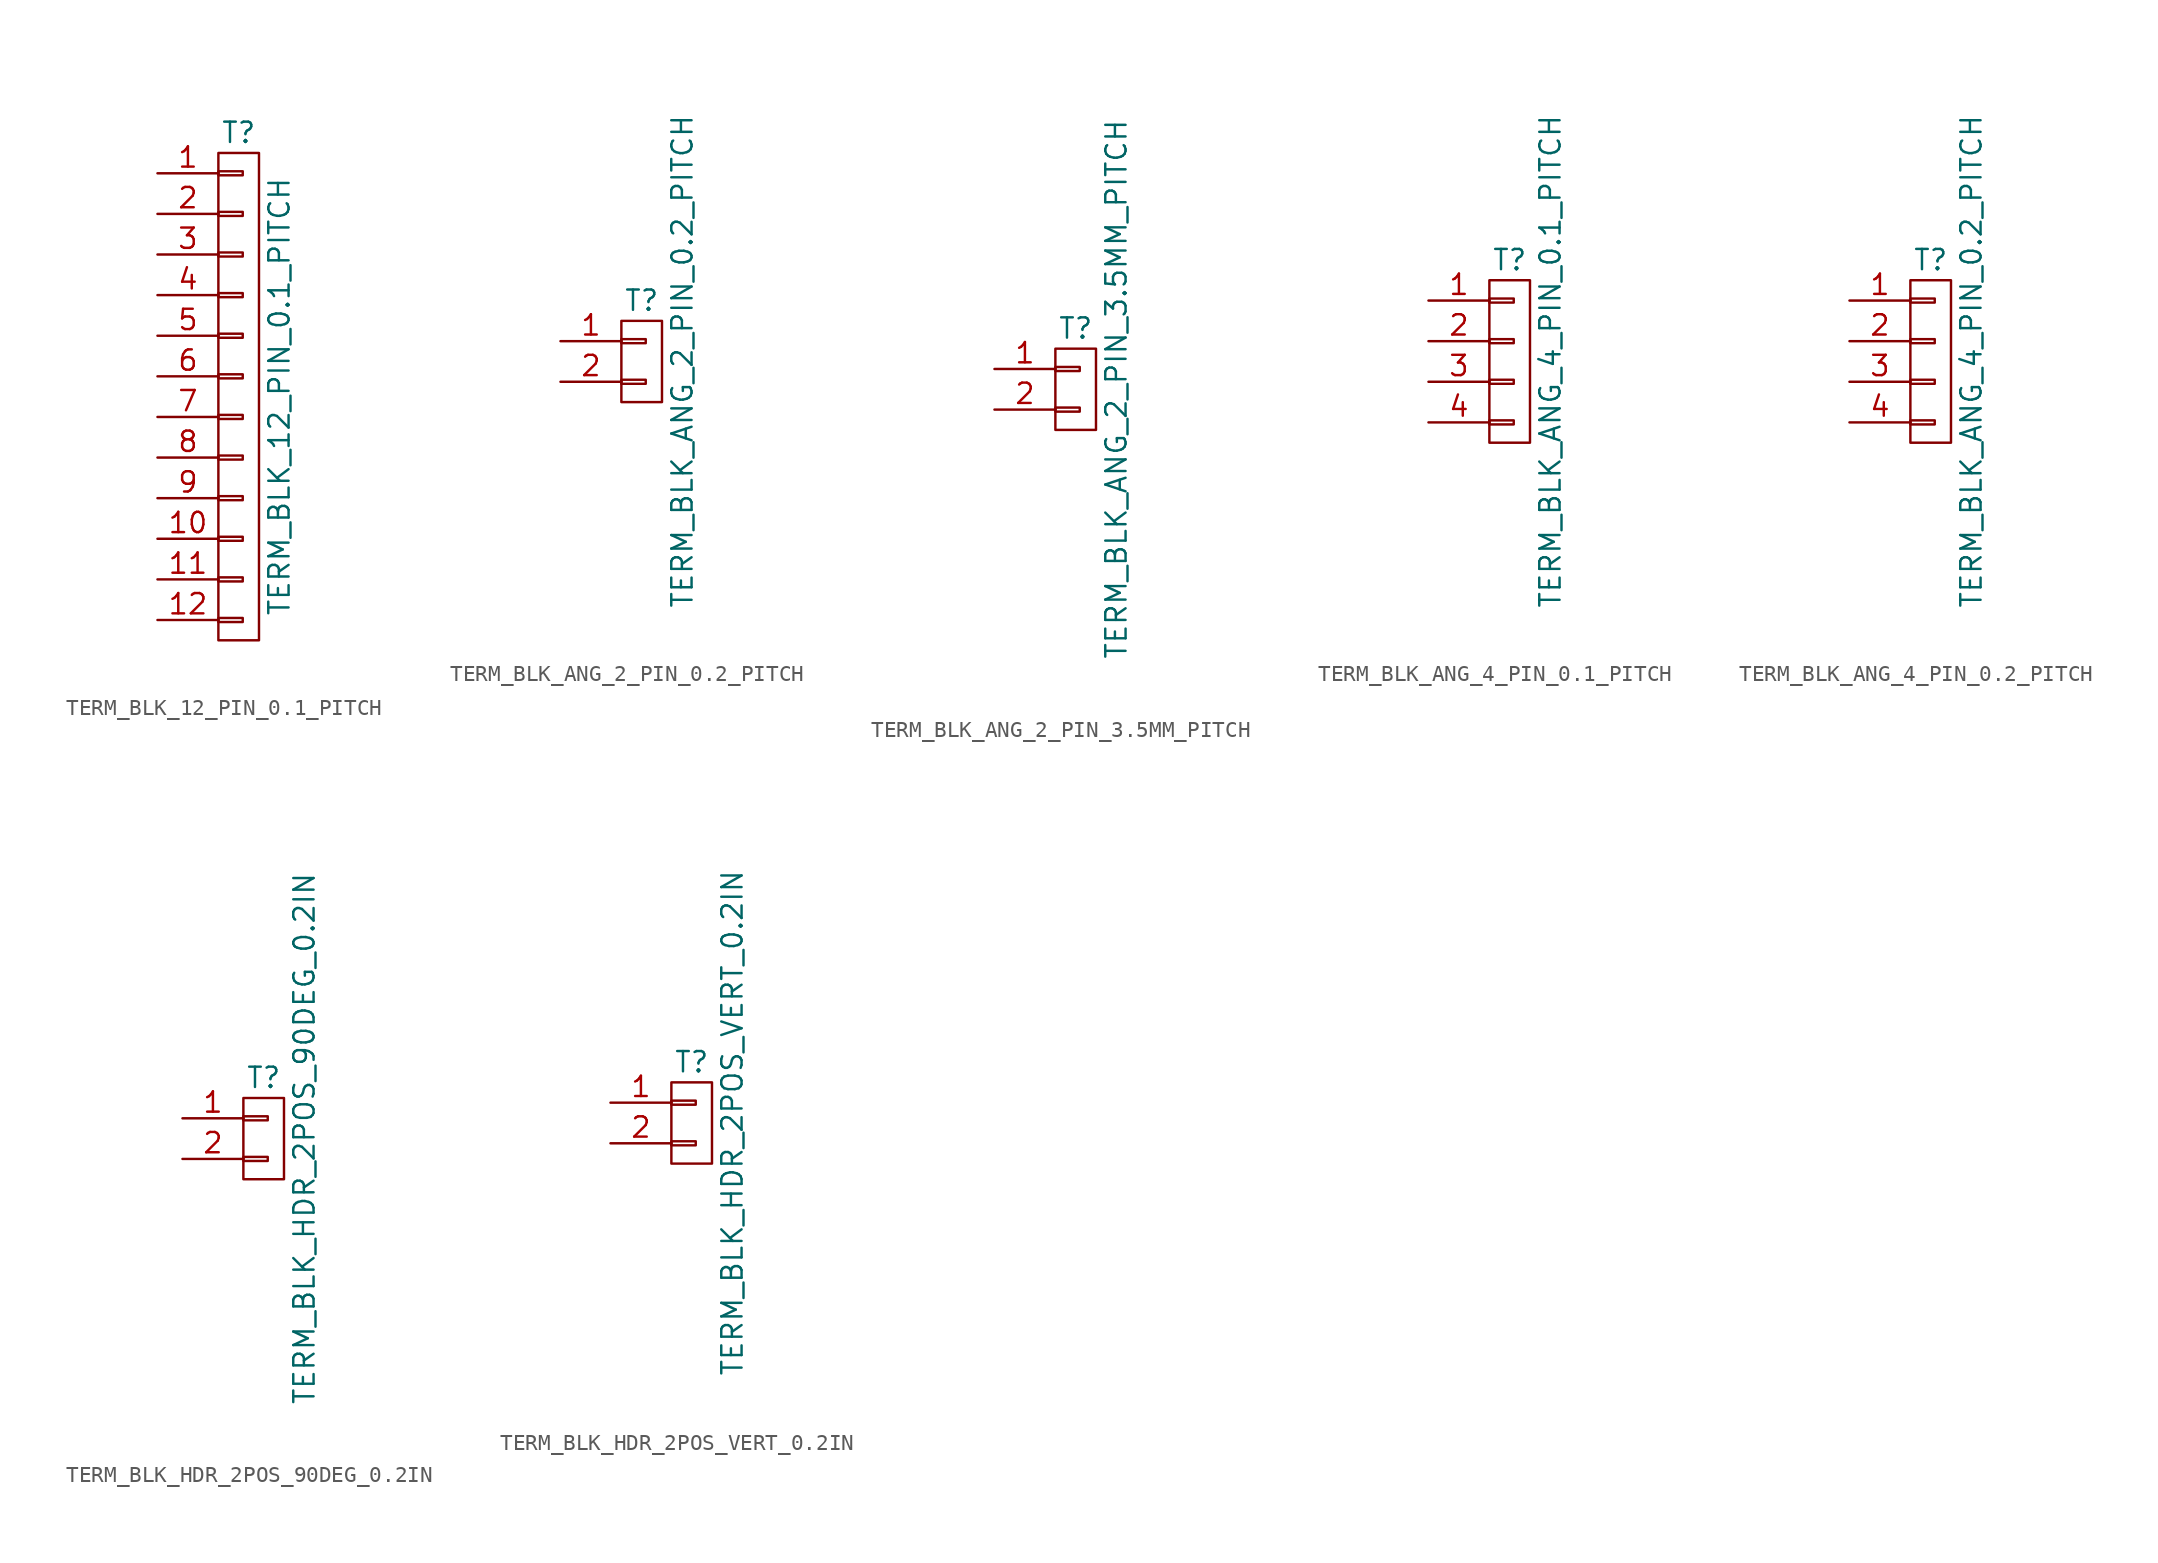
<source format=kicad_sym>
(kicad_symbol_lib
  (version 20211014)
  (generator kicad_symbol_editor)
  (symbol "TERM_BLK_12_PIN_0.1_PITCH"
    (pin_names
      (offset 1.016) hide)
    (property "Reference" "T"
      (at 0 16.51 0)
      (effects (font (size 1.27 1.27))))
    (property "Value" "TERM_BLK_12_PIN_0.1_PITCH"
      (at 2.54 0 90)
      (effects (font (size 1.27 1.27))))
    (property "Datasheet" ""
      (at 0 0 0)
      (effects (font (size 1.27 1.27))))
    (symbol "TERM_BLK_12_PIN_0.1_PITCH_0_1"
      (rectangle (start -1.27 -13.843) (end 0.254 -14.097) (stroke (width 0) (type default) (color 0 0 0 0)) (fill (type none)))
      (rectangle (start -1.27 -11.303) (end 0.254 -11.557) (stroke (width 0) (type default) (color 0 0 0 0)) (fill (type none)))
      (rectangle (start -1.27 -8.763) (end 0.254 -9.017) (stroke (width 0) (type default) (color 0 0 0 0)) (fill (type none)))
      (rectangle (start -1.27 -6.223) (end 0.254 -6.477) (stroke (width 0) (type default) (color 0 0 0 0)) (fill (type none)))
      (rectangle (start -1.27 -3.683) (end 0.254 -3.937) (stroke (width 0) (type default) (color 0 0 0 0)) (fill (type none)))
      (rectangle (start -1.27 -1.143) (end 0.254 -1.397) (stroke (width 0) (type default) (color 0 0 0 0)) (fill (type none)))
      (rectangle (start -1.27 1.397) (end 0.254 1.143) (stroke (width 0) (type default) (color 0 0 0 0)) (fill (type none)))
      (rectangle (start -1.27 3.937) (end 0.254 3.683) (stroke (width 0) (type default) (color 0 0 0 0)) (fill (type none)))
      (rectangle (start -1.27 6.477) (end 0.254 6.223) (stroke (width 0) (type default) (color 0 0 0 0)) (fill (type none)))
      (rectangle (start -1.27 9.017) (end 0.254 8.763) (stroke (width 0) (type default) (color 0 0 0 0)) (fill (type none)))
      (rectangle (start -1.27 11.557) (end 0.254 11.303) (stroke (width 0) (type default) (color 0 0 0 0)) (fill (type none)))
      (rectangle (start -1.27 14.097) (end 0.254 13.843) (stroke (width 0) (type default) (color 0 0 0 0)) (fill (type none)))
      (rectangle (start -1.27 15.24) (end 1.27 -15.24) (stroke (width 0) (type default) (color 0 0 0 0)) (fill (type none))))
    (symbol "TERM_BLK_12_PIN_0.1_PITCH_1_1"
      (pin passive line (at -5.08 13.97 0) (length 3.81) (name "P1" (effects (font (size 1.27 1.27)))) (number "1" (effects (font (size 1.27 1.27)))))
      (pin passive line (at -5.08 -8.89 0) (length 3.81) (name "~" (effects (font (size 1.27 1.27)))) (number "10" (effects (font (size 1.27 1.27)))))
      (pin passive line (at -5.08 -11.43 0) (length 3.81) (name "~" (effects (font (size 1.27 1.27)))) (number "11" (effects (font (size 1.27 1.27)))))
      (pin passive line (at -5.08 -13.97 0) (length 3.81) (name "~" (effects (font (size 1.27 1.27)))) (number "12" (effects (font (size 1.27 1.27)))))
      (pin passive line (at -5.08 11.43 0) (length 3.81) (name "P2" (effects (font (size 1.27 1.27)))) (number "2" (effects (font (size 1.27 1.27)))))
      (pin passive line (at -5.08 8.89 0) (length 3.81) (name "P3" (effects (font (size 1.27 1.27)))) (number "3" (effects (font (size 1.27 1.27)))))
      (pin passive line (at -5.08 6.35 0) (length 3.81) (name "P4" (effects (font (size 1.27 1.27)))) (number "4" (effects (font (size 1.27 1.27)))))
      (pin passive line (at -5.08 3.81 0) (length 3.81) (name "~" (effects (font (size 1.27 1.27)))) (number "5" (effects (font (size 1.27 1.27)))))
      (pin passive line (at -5.08 1.27 0) (length 3.81) (name "~" (effects (font (size 1.27 1.27)))) (number "6" (effects (font (size 1.27 1.27)))))
      (pin passive line (at -5.08 -1.27 0) (length 3.81) (name "~" (effects (font (size 1.27 1.27)))) (number "7" (effects (font (size 1.27 1.27)))))
      (pin passive line (at -5.08 -3.81 0) (length 3.81) (name "~" (effects (font (size 1.27 1.27)))) (number "8" (effects (font (size 1.27 1.27)))))
      (pin passive line (at -5.08 -6.35 0) (length 3.81) (name "~" (effects (font (size 1.27 1.27)))) (number "9" (effects (font (size 1.27 1.27)))))))
  (symbol "TERM_BLK_ANG_2_PIN_0.2_PITCH"
    (pin_names
      (offset 1.016) hide)
    (property "Reference" "T"
      (at 0 3.81 0)
      (effects (font (size 1.27 1.27))))
    (property "Value" "TERM_BLK_ANG_2_PIN_0.2_PITCH"
      (at 2.54 0 90)
      (effects (font (size 1.27 1.27))))
    (property "Datasheet" ""
      (at 0 0 0)
      (effects (font (size 1.524 1.524))))
    (symbol "TERM_BLK_ANG_2_PIN_0.2_PITCH_0_1"
      (rectangle (start -1.27 -1.143) (end 0.254 -1.397) (stroke (width 0) (type default) (color 0 0 0 0)) (fill (type none)))
      (rectangle (start -1.27 1.397) (end 0.254 1.143) (stroke (width 0) (type default) (color 0 0 0 0)) (fill (type none)))
      (rectangle (start -1.27 2.54) (end 1.27 -2.54) (stroke (width 0) (type default) (color 0 0 0 0)) (fill (type none))))
    (symbol "TERM_BLK_ANG_2_PIN_0.2_PITCH_1_1"
      (pin passive line (at -5.08 1.27 0) (length 3.81) (name "P1" (effects (font (size 1.27 1.27)))) (number "1" (effects (font (size 1.27 1.27)))))
      (pin passive line (at -5.08 -1.27 0) (length 3.81) (name "P2" (effects (font (size 1.27 1.27)))) (number "2" (effects (font (size 1.27 1.27)))))))
  (symbol "TERM_BLK_ANG_2_PIN_3.5MM_PITCH"
    (pin_names
      (offset 1.016) hide)
    (property "Reference" "T"
      (at 0 3.81 0)
      (effects (font (size 1.27 1.27))))
    (property "Value" "TERM_BLK_ANG_2_PIN_3.5MM_PITCH"
      (at 2.54 0 90)
      (effects (font (size 1.27 1.27))))
    (property "Datasheet" ""
      (at 0 0 0)
      (effects (font (size 1.524 1.524))))
    (symbol "TERM_BLK_ANG_2_PIN_3.5MM_PITCH_0_1"
      (rectangle (start -1.27 -1.143) (end 0.254 -1.397) (stroke (width 0) (type default) (color 0 0 0 0)) (fill (type none)))
      (rectangle (start -1.27 1.397) (end 0.254 1.143) (stroke (width 0) (type default) (color 0 0 0 0)) (fill (type none)))
      (rectangle (start -1.27 2.54) (end 1.27 -2.54) (stroke (width 0) (type default) (color 0 0 0 0)) (fill (type none))))
    (symbol "TERM_BLK_ANG_2_PIN_3.5MM_PITCH_1_1"
      (pin passive line (at -5.08 1.27 0) (length 3.81) (name "P1" (effects (font (size 1.27 1.27)))) (number "1" (effects (font (size 1.27 1.27)))))
      (pin passive line (at -5.08 -1.27 0) (length 3.81) (name "P2" (effects (font (size 1.27 1.27)))) (number "2" (effects (font (size 1.27 1.27)))))))
  (symbol "TERM_BLK_ANG_4_PIN_0.1_PITCH"
    (pin_names
      (offset 1.016) hide)
    (property "Reference" "T"
      (at 0 6.35 0)
      (effects (font (size 1.27 1.27))))
    (property "Value" "TERM_BLK_ANG_4_PIN_0.1_PITCH"
      (at 2.54 0 90)
      (effects (font (size 1.27 1.27))))
    (property "Datasheet" ""
      (at 0 0 0)
      (effects (font (size 1.27 1.27))))
    (symbol "TERM_BLK_ANG_4_PIN_0.1_PITCH_0_1"
      (rectangle (start -1.27 -3.683) (end 0.254 -3.937) (stroke (width 0) (type default) (color 0 0 0 0)) (fill (type none)))
      (rectangle (start -1.27 -1.143) (end 0.254 -1.397) (stroke (width 0) (type default) (color 0 0 0 0)) (fill (type none)))
      (rectangle (start -1.27 1.397) (end 0.254 1.143) (stroke (width 0) (type default) (color 0 0 0 0)) (fill (type none)))
      (rectangle (start -1.27 3.937) (end 0.254 3.683) (stroke (width 0) (type default) (color 0 0 0 0)) (fill (type none)))
      (rectangle (start -1.27 5.08) (end 1.27 -5.08) (stroke (width 0) (type default) (color 0 0 0 0)) (fill (type none))))
    (symbol "TERM_BLK_ANG_4_PIN_0.1_PITCH_1_1"
      (pin passive line (at -5.08 3.81 0) (length 3.81) (name "P1" (effects (font (size 1.27 1.27)))) (number "1" (effects (font (size 1.27 1.27)))))
      (pin passive line (at -5.08 1.27 0) (length 3.81) (name "P2" (effects (font (size 1.27 1.27)))) (number "2" (effects (font (size 1.27 1.27)))))
      (pin passive line (at -5.08 -1.27 0) (length 3.81) (name "P3" (effects (font (size 1.27 1.27)))) (number "3" (effects (font (size 1.27 1.27)))))
      (pin passive line (at -5.08 -3.81 0) (length 3.81) (name "P4" (effects (font (size 1.27 1.27)))) (number "4" (effects (font (size 1.27 1.27)))))))
  (symbol "TERM_BLK_ANG_4_PIN_0.2_PITCH"
    (pin_names
      (offset 1.016) hide)
    (property "Reference" "T"
      (at 0 6.35 0)
      (effects (font (size 1.27 1.27))))
    (property "Value" "TERM_BLK_ANG_4_PIN_0.2_PITCH"
      (at 2.54 0 90)
      (effects (font (size 1.27 1.27))))
    (property "Datasheet" ""
      (at 0 0 0)
      (effects (font (size 1.27 1.27))))
    (symbol "TERM_BLK_ANG_4_PIN_0.2_PITCH_0_1"
      (rectangle (start -1.27 -3.683) (end 0.254 -3.937) (stroke (width 0) (type default) (color 0 0 0 0)) (fill (type none)))
      (rectangle (start -1.27 -1.143) (end 0.254 -1.397) (stroke (width 0) (type default) (color 0 0 0 0)) (fill (type none)))
      (rectangle (start -1.27 1.397) (end 0.254 1.143) (stroke (width 0) (type default) (color 0 0 0 0)) (fill (type none)))
      (rectangle (start -1.27 3.937) (end 0.254 3.683) (stroke (width 0) (type default) (color 0 0 0 0)) (fill (type none)))
      (rectangle (start -1.27 5.08) (end 1.27 -5.08) (stroke (width 0) (type default) (color 0 0 0 0)) (fill (type none))))
    (symbol "TERM_BLK_ANG_4_PIN_0.2_PITCH_1_1"
      (pin passive line (at -5.08 3.81 0) (length 3.81) (name "P1" (effects (font (size 1.27 1.27)))) (number "1" (effects (font (size 1.27 1.27)))))
      (pin passive line (at -5.08 1.27 0) (length 3.81) (name "P2" (effects (font (size 1.27 1.27)))) (number "2" (effects (font (size 1.27 1.27)))))
      (pin passive line (at -5.08 -1.27 0) (length 3.81) (name "P3" (effects (font (size 1.27 1.27)))) (number "3" (effects (font (size 1.27 1.27)))))
      (pin passive line (at -5.08 -3.81 0) (length 3.81) (name "P4" (effects (font (size 1.27 1.27)))) (number "4" (effects (font (size 1.27 1.27)))))))
  (symbol "TERM_BLK_HDR_2POS_90DEG_0.2IN"
    (pin_names
      (offset 1.016) hide)
    (property "Reference" "T"
      (at 0 3.81 0)
      (effects (font (size 1.27 1.27))))
    (property "Value" "TERM_BLK_HDR_2POS_90DEG_0.2IN"
      (at 2.54 0 90)
      (effects (font (size 1.27 1.27))))
    (property "Datasheet" ""
      (at 0 0 0)
      (effects (font (size 1.524 1.524))))
    (symbol "TERM_BLK_HDR_2POS_90DEG_0.2IN_0_1"
      (rectangle (start -1.27 -1.143) (end 0.254 -1.397) (stroke (width 0) (type default) (color 0 0 0 0)) (fill (type none)))
      (rectangle (start -1.27 1.397) (end 0.254 1.143) (stroke (width 0) (type default) (color 0 0 0 0)) (fill (type none)))
      (rectangle (start -1.27 2.54) (end 1.27 -2.54) (stroke (width 0) (type default) (color 0 0 0 0)) (fill (type none))))
    (symbol "TERM_BLK_HDR_2POS_90DEG_0.2IN_1_1"
      (pin passive line (at -5.08 1.27 0) (length 3.81) (name "P1" (effects (font (size 1.27 1.27)))) (number "1" (effects (font (size 1.27 1.27)))))
      (pin passive line (at -5.08 -1.27 0) (length 3.81) (name "P2" (effects (font (size 1.27 1.27)))) (number "2" (effects (font (size 1.27 1.27)))))))
  (symbol "TERM_BLK_HDR_2POS_VERT_0.2IN"
    (pin_names
      (offset 1.016) hide)
    (property "Reference" "T"
      (at 0 3.81 0)
      (effects (font (size 1.27 1.27))))
    (property "Value" "TERM_BLK_HDR_2POS_VERT_0.2IN"
      (at 2.54 0 90)
      (effects (font (size 1.27 1.27))))
    (property "Datasheet" ""
      (at 0 0 0)
      (effects (font (size 1.524 1.524))))
    (symbol "TERM_BLK_HDR_2POS_VERT_0.2IN_0_1"
      (rectangle (start -1.27 -1.143) (end 0.254 -1.397) (stroke (width 0) (type default) (color 0 0 0 0)) (fill (type none)))
      (rectangle (start -1.27 1.397) (end 0.254 1.143) (stroke (width 0) (type default) (color 0 0 0 0)) (fill (type none)))
      (rectangle (start -1.27 2.54) (end 1.27 -2.54) (stroke (width 0) (type default) (color 0 0 0 0)) (fill (type none))))
    (symbol "TERM_BLK_HDR_2POS_VERT_0.2IN_1_1"
      (pin passive line (at -5.08 1.27 0) (length 3.81) (name "P1" (effects (font (size 1.27 1.27)))) (number "1" (effects (font (size 1.27 1.27)))))
      (pin passive line (at -5.08 -1.27 0) (length 3.81) (name "P2" (effects (font (size 1.27 1.27)))) (number "2" (effects (font (size 1.27 1.27))))))))
</source>
